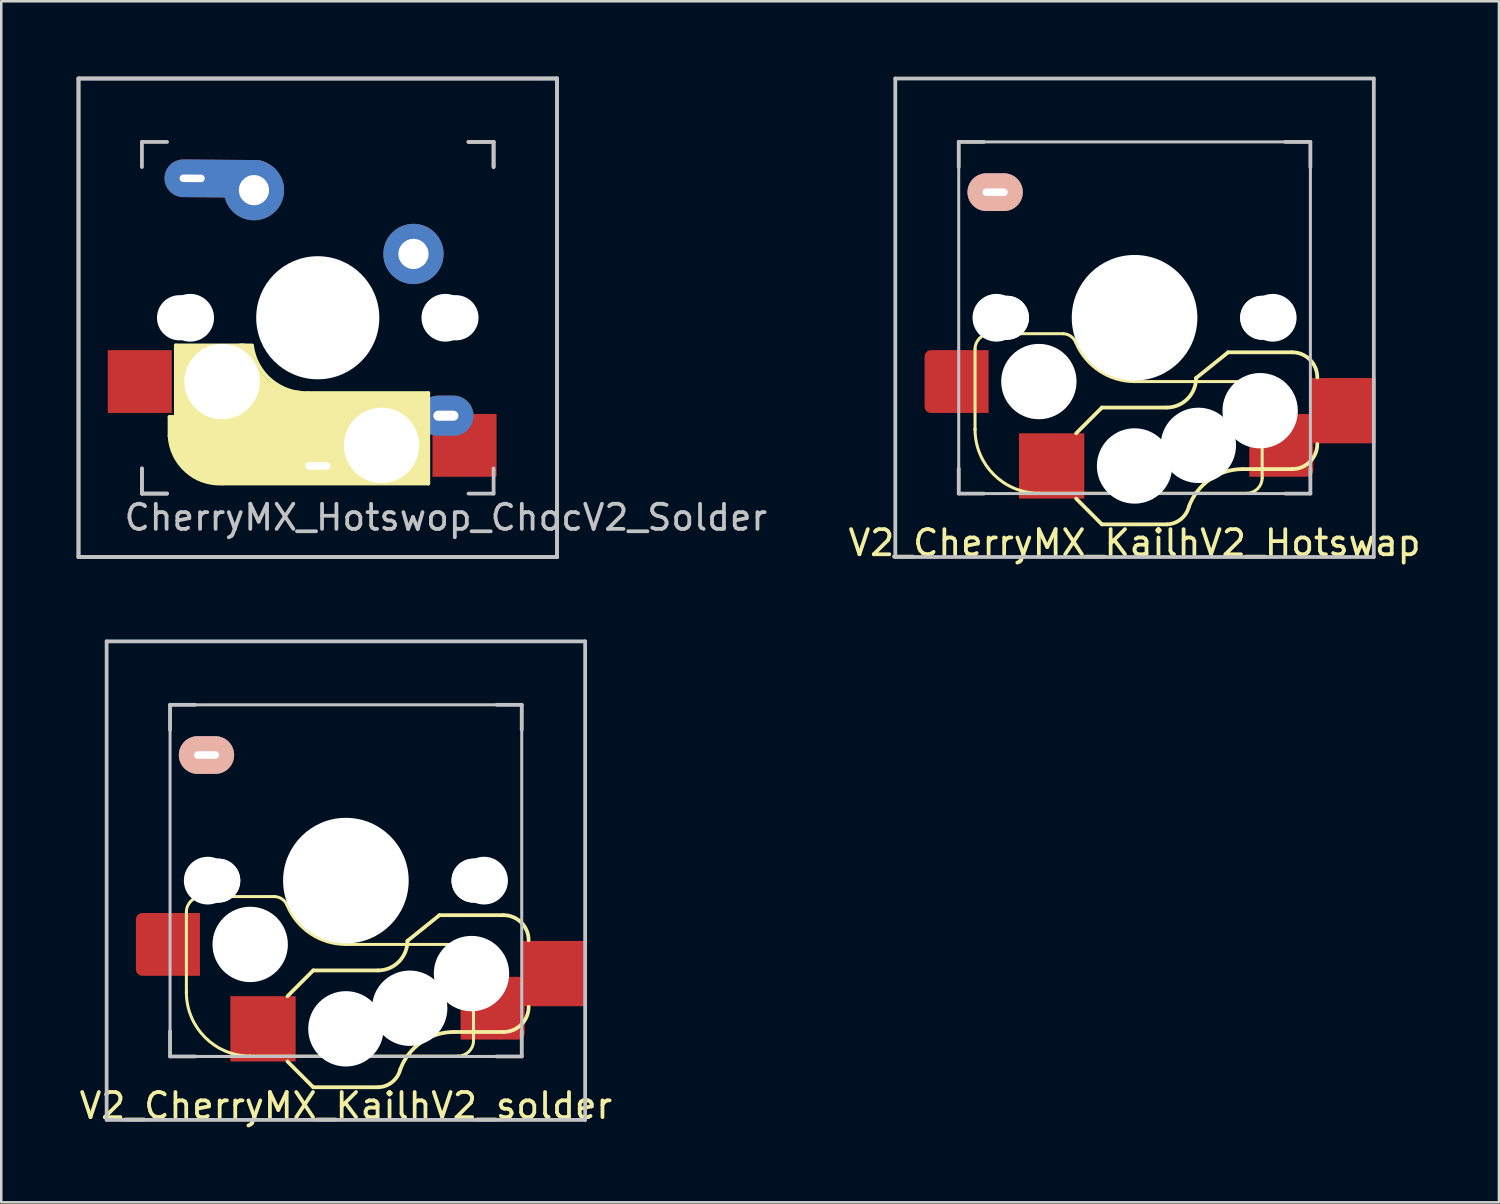
<source format=kicad_pcb>
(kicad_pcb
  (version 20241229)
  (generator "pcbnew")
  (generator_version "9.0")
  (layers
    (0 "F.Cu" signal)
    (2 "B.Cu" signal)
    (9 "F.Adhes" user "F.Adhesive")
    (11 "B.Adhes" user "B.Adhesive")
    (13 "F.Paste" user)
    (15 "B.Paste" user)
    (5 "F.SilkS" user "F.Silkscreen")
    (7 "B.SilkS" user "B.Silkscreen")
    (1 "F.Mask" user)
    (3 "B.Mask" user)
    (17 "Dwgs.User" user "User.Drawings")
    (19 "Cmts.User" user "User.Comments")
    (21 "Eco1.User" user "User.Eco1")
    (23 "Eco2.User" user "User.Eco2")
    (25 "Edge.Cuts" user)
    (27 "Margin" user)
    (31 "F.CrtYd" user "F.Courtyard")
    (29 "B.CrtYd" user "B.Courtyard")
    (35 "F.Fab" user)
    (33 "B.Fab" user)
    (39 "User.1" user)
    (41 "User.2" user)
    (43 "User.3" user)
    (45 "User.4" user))
  (footprint "V2_CherryMX_KailhV2_solder"
    (layer "F.Cu")
    (at 10.72 32.008)
    (property "Reference" "V2_CherryMX_KailhV2_solder" (at 0 8.96 180) (layer "F.SilkS") (effects (font (size 1 1) (thickness 0.15))))
    (attr through_hole)
    (fp_line (start -6.35 4.445) (end -6.35 1.26) (stroke (width 0.12) (type solid)) (layer "F.SilkS"))
    (fp_line (start -6.35 4.445) (end -6.35 4.445) (stroke (width 0.12) (type solid)) (layer "F.SilkS"))
    (fp_line (start -5.73 0.635) (end -2.84 0.635) (stroke (width 0.12) (type solid)) (layer "F.SilkS"))
    (fp_line (start -3.81 6.985) (end -3.81 6.985) (stroke (width 0.12) (type solid)) (layer "F.SilkS"))
    (fp_line (start -3.81 6.985) (end 4.46 6.985) (stroke (width 0.12) (type solid)) (layer "F.SilkS"))
    (fp_line (start -1.3 3.575) (end -2.325 4.6) (stroke (width 0.15) (type solid)) (layer "F.SilkS"))
    (fp_line (start -1.3 3.575) (end 1.275 3.575) (stroke (width 0.15) (type solid)) (layer "F.SilkS"))
    (fp_line (start -1.3 8.225) (end -2.325 7.2) (stroke (width 0.15) (type solid)) (layer "F.SilkS"))
    (fp_line (start -1.3 8.225) (end 1.3 8.225) (stroke (width 0.15) (type solid)) (layer "F.SilkS"))
    (fp_line (start 0 2.54) (end 0 2.54) (stroke (width 0.12) (type solid)) (layer "F.SilkS"))
    (fp_line (start 0 2.54) (end 5.08 2.54) (stroke (width 0.12) (type solid)) (layer "F.SilkS"))
    (fp_line (start 3.725 1.375) (end 2.45 2.4) (stroke (width 0.15) (type solid)) (layer "F.SilkS"))
    (fp_line (start 3.725 1.375) (end 6.275 1.375) (stroke (width 0.15) (type solid)) (layer "F.SilkS"))
    (fp_line (start 4.3 6.025) (end 6.275 6.025) (stroke (width 0.15) (type solid)) (layer "F.SilkS"))
    (fp_line (start 5.08 2.54) (end 5.08 2.54) (stroke (width 0.12) (type solid)) (layer "F.SilkS"))
    (fp_line (start 5.08 2.54) (end 5.08 2.54) (stroke (width 0.12) (type solid)) (layer "F.SilkS"))
    (fp_line (start 5.08 6.37) (end 5.08 2.54) (stroke (width 0.12) (type solid)) (layer "F.SilkS"))
    (fp_arc (start -6.35 1.25) (mid -6.169871 0.815129) (end -5.735 0.635) (stroke (width 0.12) (type default)) (layer "F.SilkS"))
    (fp_arc (start -3.81 6.985) (mid -5.606051 6.241051) (end -6.35 4.445) (stroke (width 0.12) (type solid)) (layer "F.SilkS"))
    (fp_arc (start -2.840072 0.635) (mid -2.539136 0.734324) (end -2.34 0.980845) (stroke (width 0.12) (type default)) (layer "F.SilkS"))
    (fp_arc (start 0 2.54) (mid -1.405313 2.115202) (end -2.34 0.983072) (stroke (width 0.12) (type solid)) (layer "F.SilkS"))
    (fp_arc (start 2.162199 7.521904) (mid 1.848284 8.016021) (end 1.300995 8.223791) (stroke (width 0.15) (type solid)) (layer "F.SilkS"))
    (fp_arc (start 2.162199 7.521904) (mid 2.995113 6.436429) (end 4.3 6.025) (stroke (width 0.15) (type solid)) (layer "F.SilkS"))
    (fp_arc (start 2.45 2.4) (mid 2.10585 3.23085) (end 1.275 3.575) (stroke (width 0.15) (type solid)) (layer "F.SilkS"))
    (fp_arc (start 5.080129 6.37) (mid 4.9 6.804871) (end 4.465129 6.985) (stroke (width 0.12) (type default)) (layer "F.SilkS"))
    (fp_arc (start 6.275 1.375) (mid 6.982107 1.667893) (end 7.275 2.375) (stroke (width 0.15) (type solid)) (layer "F.SilkS"))
    (fp_arc (start 7.275 5.025) (mid 6.982107 5.732107) (end 6.275 6.025) (stroke (width 0.15) (type solid)) (layer "F.SilkS"))
    (fp_line (start -9.525 -9.525) (end -9.525 9.525) (stroke (width 0.15) (type solid)) (layer "Dwgs.User"))
    (fp_line (start -9.525 9.525) (end 9.525 9.525) (stroke (width 0.15) (type solid)) (layer "Dwgs.User"))
    (fp_line (start -7 -7) (end -6 -7) (stroke (width 0.15) (type solid)) (layer "Dwgs.User"))
    (fp_line (start -7 -6) (end -7 -7) (stroke (width 0.15) (type solid)) (layer "Dwgs.User"))
    (fp_line (start -7 7) (end -7 6) (stroke (width 0.15) (type solid)) (layer "Dwgs.User"))
    (fp_line (start -6 7) (end -7 7) (stroke (width 0.15) (type solid)) (layer "Dwgs.User"))
    (fp_line (start 6 7) (end 7 7) (stroke (width 0.15) (type solid)) (layer "Dwgs.User"))
    (fp_line (start 7 -7) (end 6 -7) (stroke (width 0.15) (type solid)) (layer "Dwgs.User"))
    (fp_line (start 7 -6) (end 7 -7) (stroke (width 0.15) (type solid)) (layer "Dwgs.User"))
    (fp_line (start 7 7) (end 7 6) (stroke (width 0.15) (type solid)) (layer "Dwgs.User"))
    (fp_line (start 9.525 -9.525) (end -9.525 -9.525) (stroke (width 0.15) (type solid)) (layer "Dwgs.User"))
    (fp_line (start 9.525 9.525) (end 9.525 -9.525) (stroke (width 0.15) (type solid)) (layer "Dwgs.User"))
    (fp_rect (start -7 -7) (end 7 7) (stroke (width 0.12) (type default)) (fill no) (layer "Dwgs.User"))
    (fp_line (start -9.525 9.525) (end -9.525 -9.525) (stroke (width 0.15) (type solid)) (layer "User.2"))
    (fp_line (start 9.525 -9.525) (end -9.525 -9.525) (stroke (width 0.15) (type solid)) (layer "User.2"))
    (fp_line (start 9.525 9.525) (end -9.525 9.525) (stroke (width 0.15) (type solid)) (layer "User.2"))
    (fp_line (start 9.525 9.525) (end 9.525 -9.525) (stroke (width 0.15) (type solid)) (layer "User.2"))
    (pad "" thru_hole oval (at -5.55 -5 180) (size 2.2 1.5) (drill oval 1 0.3) (layers "*.Cu" "F.Mask" "B.SilkS"))
    (pad "" np_thru_hole circle (at -5.5 0 270) (size 1.9 1.9) (drill 1.9) (layers "*.Cu"))
    (pad "" np_thru_hole circle (at -5.08 0 180) (size 1.75 1.75) (drill 1.75) (layers "*.Cu" "*.Mask"))
    (pad "" np_thru_hole circle (at -5.08 0 180) (size 1.75 1.75) (drill 1.75) (layers "*.Cu" "*.Mask"))
    (pad "" np_thru_hole circle (at -3.81 2.54 180) (size 3 3) (drill 3) (layers "*.Cu" "*.Mask"))
    (pad "" np_thru_hole circle (at 0 0 180) (size 3.988 3.988) (drill 3.988) (layers "*.Cu" "*.Mask"))
    (pad "" np_thru_hole circle (at 0 0 180) (size 3.988 3.988) (drill 3.988) (layers "*.Cu" "*.Mask"))
    (pad "" np_thru_hole circle (at 0 0 270) (size 5 5) (drill 5) (layers "*.Cu"))
    (pad "" np_thru_hole circle (at 0 5.9 270) (size 3 3) (drill 3) (layers "*.Cu" "*.Mask"))
    (pad "" np_thru_hole circle (at 2.54 5.08 180) (size 3 3) (drill 3) (layers "*.Cu" "*.Mask"))
    (pad "" np_thru_hole circle (at 5 3.7 270) (size 3 3) (drill 3) (layers "*.Cu" "*.Mask"))
    (pad "" np_thru_hole circle (at 5.08 0 180) (size 1.75 1.75) (drill 1.75) (layers "*.Cu" "*.Mask"))
    (pad "" np_thru_hole circle (at 5.08 0 180) (size 1.75 1.75) (drill 1.75) (layers "*.Cu" "*.Mask"))
    (pad "" np_thru_hole circle (at 5.5 0 270) (size 1.9 1.9) (drill 1.9) (layers "*.Cu"))
    (pad "1" smd roundrect (at -7.085 2.54 180) (size 2.55 2.5) (layers "F.Cu" "F.Mask" "F.Paste") (roundrect_rratio 0.1) (chamfer_ratio 0) (chamfer top_left bottom_left))
    (pad "1" smd rect (at -3.3 5.9 180) (size 2.6 2.6) (layers "F.Cu" "F.Mask" "F.Paste"))
    (pad "2" smd roundrect (at 5.842 5.08 180) (size 2.55 2.5) (layers "F.Cu" "F.Mask" "F.Paste") (roundrect_rratio 0.1) (chamfer_ratio 0) (chamfer top_right bottom_right))
    (pad "2" smd rect (at 8.3 3.7 180) (size 2.6 2.6) (layers "F.Cu" "F.Mask" "F.Paste")))
  (footprint "CherryMX_Hotswop_ChocV2_Solder"
    (layer "F.Cu")
    (at 9.6 9.6)
    (property "Reference" "CherryMX_Hotswop_ChocV2_Solder" (at 5.1 7.95 180) (layer "Dwgs.User") (effects (font (size 1 1) (thickness 0.15))))
    (attr through_hole)
    (fp_line (start -5.9 3.95) (end -5.7 3.95) (stroke (width 0.15) (type solid)) (layer "F.SilkS"))
    (fp_line (start -5.9 4.7) (end -5.9 3.95) (stroke (width 0.15) (type solid)) (layer "F.SilkS"))
    (fp_line (start -5.8 4.05) (end -5.8 4.7) (stroke (width 0.3) (type solid)) (layer "F.SilkS"))
    (fp_line (start -5.65 1.1) (end -2.62 1.1) (stroke (width 0.15) (type solid)) (layer "F.SilkS"))
    (fp_line (start -5.65 5.55) (end -5.65 1.1) (stroke (width 0.15) (type solid)) (layer "F.SilkS"))
    (fp_line (start -5.45 1.3) (end -3 1.3) (stroke (width 0.5) (type solid)) (layer "F.SilkS"))
    (fp_line (start -5.3 1.6) (end -5.3 3.4) (stroke (width 0.8) (type solid)) (layer "F.SilkS"))
    (fp_line (start -4.17 5.1) (end -4.17 2.86) (stroke (width 3) (type solid)) (layer "F.SilkS"))
    (fp_line (start -0.4 3) (end 4.4 3) (stroke (width 0.15) (type solid)) (layer "F.SilkS"))
    (fp_line (start 2.6 4.8) (end -4.1 4.8) (stroke (width 3.5) (type solid)) (layer "F.SilkS"))
    (fp_line (start 3.9 6) (end 3.9 3.5) (stroke (width 1) (type solid)) (layer "F.SilkS"))
    (fp_line (start 4.2 3.25) (end 2.9 3.3) (stroke (width 0.5) (type solid)) (layer "F.SilkS"))
    (fp_line (start 4.25 6.4) (end 3 6.4) (stroke (width 0.4) (type solid)) (layer "F.SilkS"))
    (fp_line (start 4.38 4) (end 4.38 6.25) (stroke (width 0.15) (type solid)) (layer "F.SilkS"))
    (fp_line (start 4.4 3) (end 4.4 6.6) (stroke (width 0.15) (type solid)) (layer "F.SilkS"))
    (fp_line (start 4.4 6.6) (end -3.8 6.6) (stroke (width 0.15) (type solid)) (layer "F.SilkS"))
    (fp_arc (start -3.800001 6.6) (mid -5.243504 6.084924) (end -5.9 4.699999) (stroke (width 0.15) (type solid)) (layer "F.SilkS"))
    (fp_arc (start -0.8 3.4) (mid -2.268709 2.886118) (end -3.016318 1.521471) (stroke (width 1) (type solid)) (layer "F.SilkS"))
    (fp_arc (start -0.4 3) (mid -1.868709 2.486118) (end -2.616318 1.121471) (stroke (width 0.15) (type solid)) (layer "F.SilkS"))
    (fp_line (start -9.525 -9.525) (end -9.525 9.525) (stroke (width 0.15) (type solid)) (layer "Dwgs.User"))
    (fp_line (start -9.525 -9.525) (end -9.525 9.525) (stroke (width 0.15) (type solid)) (layer "Dwgs.User"))
    (fp_line (start -9.525 9.525) (end 9.525 9.525) (stroke (width 0.15) (type solid)) (layer "Dwgs.User"))
    (fp_line (start -9.525 9.525) (end 9.525 9.525) (stroke (width 0.15) (type solid)) (layer "Dwgs.User"))
    (fp_line (start -7 -7) (end -6 -7) (stroke (width 0.15) (type solid)) (layer "Dwgs.User"))
    (fp_line (start -7 -6) (end -7 -7) (stroke (width 0.15) (type solid)) (layer "Dwgs.User"))
    (fp_line (start -7 6) (end -7 7) (stroke (width 0.15) (type solid)) (layer "Dwgs.User"))
    (fp_line (start -7 7) (end -7 6) (stroke (width 0.15) (type solid)) (layer "Dwgs.User"))
    (fp_line (start -7 7) (end -6 7) (stroke (width 0.15) (type solid)) (layer "Dwgs.User"))
    (fp_line (start -6 7) (end -7 7) (stroke (width 0.15) (type solid)) (layer "Dwgs.User"))
    (fp_line (start 6 -7) (end 7 -7) (stroke (width 0.15) (type solid)) (layer "Dwgs.User"))
    (fp_line (start 7 -7) (end 6 -7) (stroke (width 0.15) (type solid)) (layer "Dwgs.User"))
    (fp_line (start 7 -7) (end 7 -6) (stroke (width 0.15) (type solid)) (layer "Dwgs.User"))
    (fp_line (start 7 -6) (end 7 -7) (stroke (width 0.15) (type solid)) (layer "Dwgs.User"))
    (fp_line (start 7 7) (end 6 7) (stroke (width 0.15) (type solid)) (layer "Dwgs.User"))
    (fp_line (start 7 7) (end 7 6) (stroke (width 0.15) (type solid)) (layer "Dwgs.User"))
    (fp_line (start 9.525 -9.525) (end -9.525 -9.525) (stroke (width 0.15) (type solid)) (layer "Dwgs.User"))
    (fp_line (start 9.525 -9.525) (end -9.525 -9.525) (stroke (width 0.15) (type solid)) (layer "Dwgs.User"))
    (fp_line (start 9.525 9.525) (end 9.525 -9.525) (stroke (width 0.15) (type solid)) (layer "Dwgs.User"))
    (fp_line (start 9.525 9.525) (end 9.525 -9.525) (stroke (width 0.15) (type solid)) (layer "Dwgs.User"))
    (pad "" np_thru_hole circle (at -5.5 0 270) (size 1.8 1.8) (drill 1.8) (layers "*.Cu" "*.Mask"))
    (pad "" np_thru_hole circle (at -5.08 0) (size 1.7 1.7) (drill 1.7) (layers "*.Cu" "*.Mask"))
    (pad "" np_thru_hole circle (at -5.08 0 180) (size 1.9 1.9) (drill 1.9) (layers "*.Cu" "*.Mask"))
    (pad "" np_thru_hole circle (at -3.81 2.54 180) (size 3 3) (drill 3) (layers "*.Cu" "*.Mask"))
    (pad "" np_thru_hole circle (at 0 0 90) (size 4.1 4.1) (drill 4.1) (layers "*.Cu" "*.Mask"))
    (pad "" np_thru_hole circle (at 0 0 270) (size 4.9 4.9) (drill 4.9) (layers "*.Cu" "*.Mask"))
    (pad "" np_thru_hole circle (at 2.54 5.08 180) (size 3 3) (drill 3) (layers "*.Cu" "*.Mask"))
    (pad "" np_thru_hole circle (at 5.08 0) (size 1.7 1.7) (drill 1.7) (layers "*.Cu" "*.Mask"))
    (pad "" np_thru_hole circle (at 5.08 0 180) (size 1.9 1.9) (drill 1.9) (layers "*.Cu" "*.Mask"))
    (pad "" np_thru_hole circle (at 5.5 0 270) (size 1.8 1.8) (drill 1.8) (layers "*.Cu" "*.Mask"))
    (pad "1" smd rect (at -7.085 2.54) (size 2.55 2.5) (layers "F.Cu" "F.Mask" "F.Paste"))
    (pad "1" thru_hole circle (at 3.81 -2.54) (size 2.4 2.4) (drill 1.2) (layers "*.Cu" "F.Mask"))
    (pad "1" thru_hole oval (at 5.1 3.9) (size 2.2 1.6) (drill oval 1 0.4) (layers "*.Cu" "F.Mask"))
    (pad "2" thru_hole oval (at -5 -5.55 359.5) (size 4.4 1.5) (drill oval 1 0.3 (offset 1.1 0)) (layers "*.Cu" "F.Mask"))
    (pad "2" thru_hole circle (at -2.54 -5.08) (size 2.4 2.4) (drill 1.2) (layers "*.Cu" "F.Mask"))
    (pad "2" thru_hole oval (at 0 5.9) (size 2.2 1.5) (drill oval 1 0.3) (layers "*.Cu" "F.Mask"))
    (pad "2" smd rect (at 5.842 5.08) (size 2.55 2.5) (layers "F.Cu" "F.Mask" "F.Paste")))
  (footprint "V2_CherryMX_KailhV2_Hotswap"
    (layer "F.Cu")
    (at 42.117 9.6)
    (property "Reference" "V2_CherryMX_KailhV2_Hotswap" (at 0 8.96 180) (layer "F.SilkS") (effects (font (size 1 1) (thickness 0.15))))
    (attr through_hole)
    (fp_line (start -6.35 4.445) (end -6.35 1.26) (stroke (width 0.12) (type solid)) (layer "F.SilkS"))
    (fp_line (start -6.35 4.445) (end -6.35 4.445) (stroke (width 0.12) (type solid)) (layer "F.SilkS"))
    (fp_line (start -5.73 0.635) (end -2.84 0.635) (stroke (width 0.12) (type solid)) (layer "F.SilkS"))
    (fp_line (start -3.81 6.985) (end -3.81 6.985) (stroke (width 0.12) (type solid)) (layer "F.SilkS"))
    (fp_line (start -3.81 6.985) (end 4.46 6.985) (stroke (width 0.12) (type solid)) (layer "F.SilkS"))
    (fp_line (start -1.3 3.575) (end -2.325 4.6) (stroke (width 0.15) (type solid)) (layer "F.SilkS"))
    (fp_line (start -1.3 3.575) (end 1.275 3.575) (stroke (width 0.15) (type solid)) (layer "F.SilkS"))
    (fp_line (start -1.3 8.225) (end -2.325 7.2) (stroke (width 0.15) (type solid)) (layer "F.SilkS"))
    (fp_line (start -1.3 8.225) (end 1.3 8.225) (stroke (width 0.15) (type solid)) (layer "F.SilkS"))
    (fp_line (start 0 2.54) (end 0 2.54) (stroke (width 0.12) (type solid)) (layer "F.SilkS"))
    (fp_line (start 0 2.54) (end 5.08 2.54) (stroke (width 0.12) (type solid)) (layer "F.SilkS"))
    (fp_line (start 3.725 1.375) (end 2.45 2.4) (stroke (width 0.15) (type solid)) (layer "F.SilkS"))
    (fp_line (start 3.725 1.375) (end 6.275 1.375) (stroke (width 0.15) (type solid)) (layer "F.SilkS"))
    (fp_line (start 4.3 6.025) (end 6.275 6.025) (stroke (width 0.15) (type solid)) (layer "F.SilkS"))
    (fp_line (start 5.08 2.54) (end 5.08 2.54) (stroke (width 0.12) (type solid)) (layer "F.SilkS"))
    (fp_line (start 5.08 2.54) (end 5.08 2.54) (stroke (width 0.12) (type solid)) (layer "F.SilkS"))
    (fp_line (start 5.08 6.37) (end 5.08 2.54) (stroke (width 0.12) (type solid)) (layer "F.SilkS"))
    (fp_arc (start -6.35 1.25) (mid -6.169871 0.815129) (end -5.735 0.635) (stroke (width 0.12) (type default)) (layer "F.SilkS"))
    (fp_arc (start -3.81 6.985) (mid -5.606051 6.241051) (end -6.35 4.445) (stroke (width 0.12) (type solid)) (layer "F.SilkS"))
    (fp_arc (start -2.840072 0.635) (mid -2.539136 0.734324) (end -2.34 0.980845) (stroke (width 0.12) (type default)) (layer "F.SilkS"))
    (fp_arc (start 0 2.54) (mid -1.405313 2.115202) (end -2.34 0.983072) (stroke (width 0.12) (type solid)) (layer "F.SilkS"))
    (fp_arc (start 2.162199 7.521904) (mid 1.848284 8.016021) (end 1.300995 8.223791) (stroke (width 0.15) (type solid)) (layer "F.SilkS"))
    (fp_arc (start 2.162199 7.521904) (mid 2.995113 6.436429) (end 4.3 6.025) (stroke (width 0.15) (type solid)) (layer "F.SilkS"))
    (fp_arc (start 2.45 2.4) (mid 2.10585 3.23085) (end 1.275 3.575) (stroke (width 0.15) (type solid)) (layer "F.SilkS"))
    (fp_arc (start 5.080129 6.37) (mid 4.9 6.804871) (end 4.465129 6.985) (stroke (width 0.12) (type default)) (layer "F.SilkS"))
    (fp_arc (start 6.275 1.375) (mid 6.982107 1.667893) (end 7.275 2.375) (stroke (width 0.15) (type solid)) (layer "F.SilkS"))
    (fp_arc (start 7.275 5.025) (mid 6.982107 5.732107) (end 6.275 6.025) (stroke (width 0.15) (type solid)) (layer "F.SilkS"))
    (fp_line (start -9.525 -9.525) (end -9.525 9.525) (stroke (width 0.15) (type solid)) (layer "Dwgs.User"))
    (fp_line (start -9.525 9.525) (end 9.525 9.525) (stroke (width 0.15) (type solid)) (layer "Dwgs.User"))
    (fp_line (start -7 -7) (end -6 -7) (stroke (width 0.15) (type solid)) (layer "Dwgs.User"))
    (fp_line (start -7 -6) (end -7 -7) (stroke (width 0.15) (type solid)) (layer "Dwgs.User"))
    (fp_line (start -7 7) (end -7 6) (stroke (width 0.15) (type solid)) (layer "Dwgs.User"))
    (fp_line (start -6 7) (end -7 7) (stroke (width 0.15) (type solid)) (layer "Dwgs.User"))
    (fp_line (start 6 7) (end 7 7) (stroke (width 0.15) (type solid)) (layer "Dwgs.User"))
    (fp_line (start 7 -7) (end 6 -7) (stroke (width 0.15) (type solid)) (layer "Dwgs.User"))
    (fp_line (start 7 -6) (end 7 -7) (stroke (width 0.15) (type solid)) (layer "Dwgs.User"))
    (fp_line (start 7 7) (end 7 6) (stroke (width 0.15) (type solid)) (layer "Dwgs.User"))
    (fp_line (start 9.525 -9.525) (end -9.525 -9.525) (stroke (width 0.15) (type solid)) (layer "Dwgs.User"))
    (fp_line (start 9.525 9.525) (end 9.525 -9.525) (stroke (width 0.15) (type solid)) (layer "Dwgs.User"))
    (fp_rect (start -7 -7) (end 7 7) (stroke (width 0.12) (type default)) (fill no) (layer "Dwgs.User"))
    (fp_line (start -9.525 9.525) (end -9.525 -9.525) (stroke (width 0.15) (type solid)) (layer "User.2"))
    (fp_line (start 9.525 -9.525) (end -9.525 -9.525) (stroke (width 0.15) (type solid)) (layer "User.2"))
    (fp_line (start 9.525 9.525) (end -9.525 9.525) (stroke (width 0.15) (type solid)) (layer "User.2"))
    (fp_line (start 9.525 9.525) (end 9.525 -9.525) (stroke (width 0.15) (type solid)) (layer "User.2"))
    (pad "" thru_hole oval (at -5.55 -5 180) (size 2.2 1.5) (drill oval 1 0.3) (layers "*.Cu" "F.Mask" "B.SilkS"))
    (pad "" np_thru_hole circle (at -5.5 0 270) (size 1.9 1.9) (drill 1.9) (layers "*.Cu"))
    (pad "" np_thru_hole circle (at -5.08 0 180) (size 1.75 1.75) (drill 1.75) (layers "*.Cu" "*.Mask"))
    (pad "" np_thru_hole circle (at -5.08 0 180) (size 1.75 1.75) (drill 1.75) (layers "*.Cu" "*.Mask"))
    (pad "" np_thru_hole circle (at -3.81 2.54 180) (size 3 3) (drill 3) (layers "*.Cu" "*.Mask"))
    (pad "" np_thru_hole circle (at 0 0 180) (size 3.988 3.988) (drill 3.988) (layers "*.Cu" "*.Mask"))
    (pad "" np_thru_hole circle (at 0 0 180) (size 3.988 3.988) (drill 3.988) (layers "*.Cu" "*.Mask"))
    (pad "" np_thru_hole circle (at 0 0 270) (size 5 5) (drill 5) (layers "*.Cu"))
    (pad "" np_thru_hole circle (at 0 5.9 270) (size 3 3) (drill 3) (layers "*.Cu" "*.Mask"))
    (pad "" np_thru_hole circle (at 2.54 5.08 180) (size 3 3) (drill 3) (layers "*.Cu" "*.Mask"))
    (pad "" np_thru_hole circle (at 5 3.7 270) (size 3 3) (drill 3) (layers "*.Cu" "*.Mask"))
    (pad "" np_thru_hole circle (at 5.08 0 180) (size 1.75 1.75) (drill 1.75) (layers "*.Cu" "*.Mask"))
    (pad "" np_thru_hole circle (at 5.08 0 180) (size 1.75 1.75) (drill 1.75) (layers "*.Cu" "*.Mask"))
    (pad "" np_thru_hole circle (at 5.5 0 270) (size 1.9 1.9) (drill 1.9) (layers "*.Cu"))
    (pad "1" smd roundrect (at -7.085 2.54 180) (size 2.55 2.5) (layers "F.Cu" "F.Mask" "F.Paste") (roundrect_rratio 0.1) (chamfer_ratio 0) (chamfer top_left bottom_left))
    (pad "1" smd rect (at -3.3 5.9 180) (size 2.6 2.6) (layers "F.Cu" "F.Mask" "F.Paste"))
    (pad "2" smd roundrect (at 5.842 5.08 180) (size 2.55 2.5) (layers "F.Cu" "F.Mask" "F.Paste") (roundrect_rratio 0.1) (chamfer_ratio 0) (chamfer top_right bottom_right))
    (pad "2" smd rect (at 8.3 3.7 180) (size 2.6 2.6) (layers "F.Cu" "F.Mask" "F.Paste")))
  (gr_rect
    (start -3 -3)
    (end 56.623 44.816)
    (stroke (width 0.1) (type default))
    (fill no)
    (layer "Edge.Cuts")))
</source>
